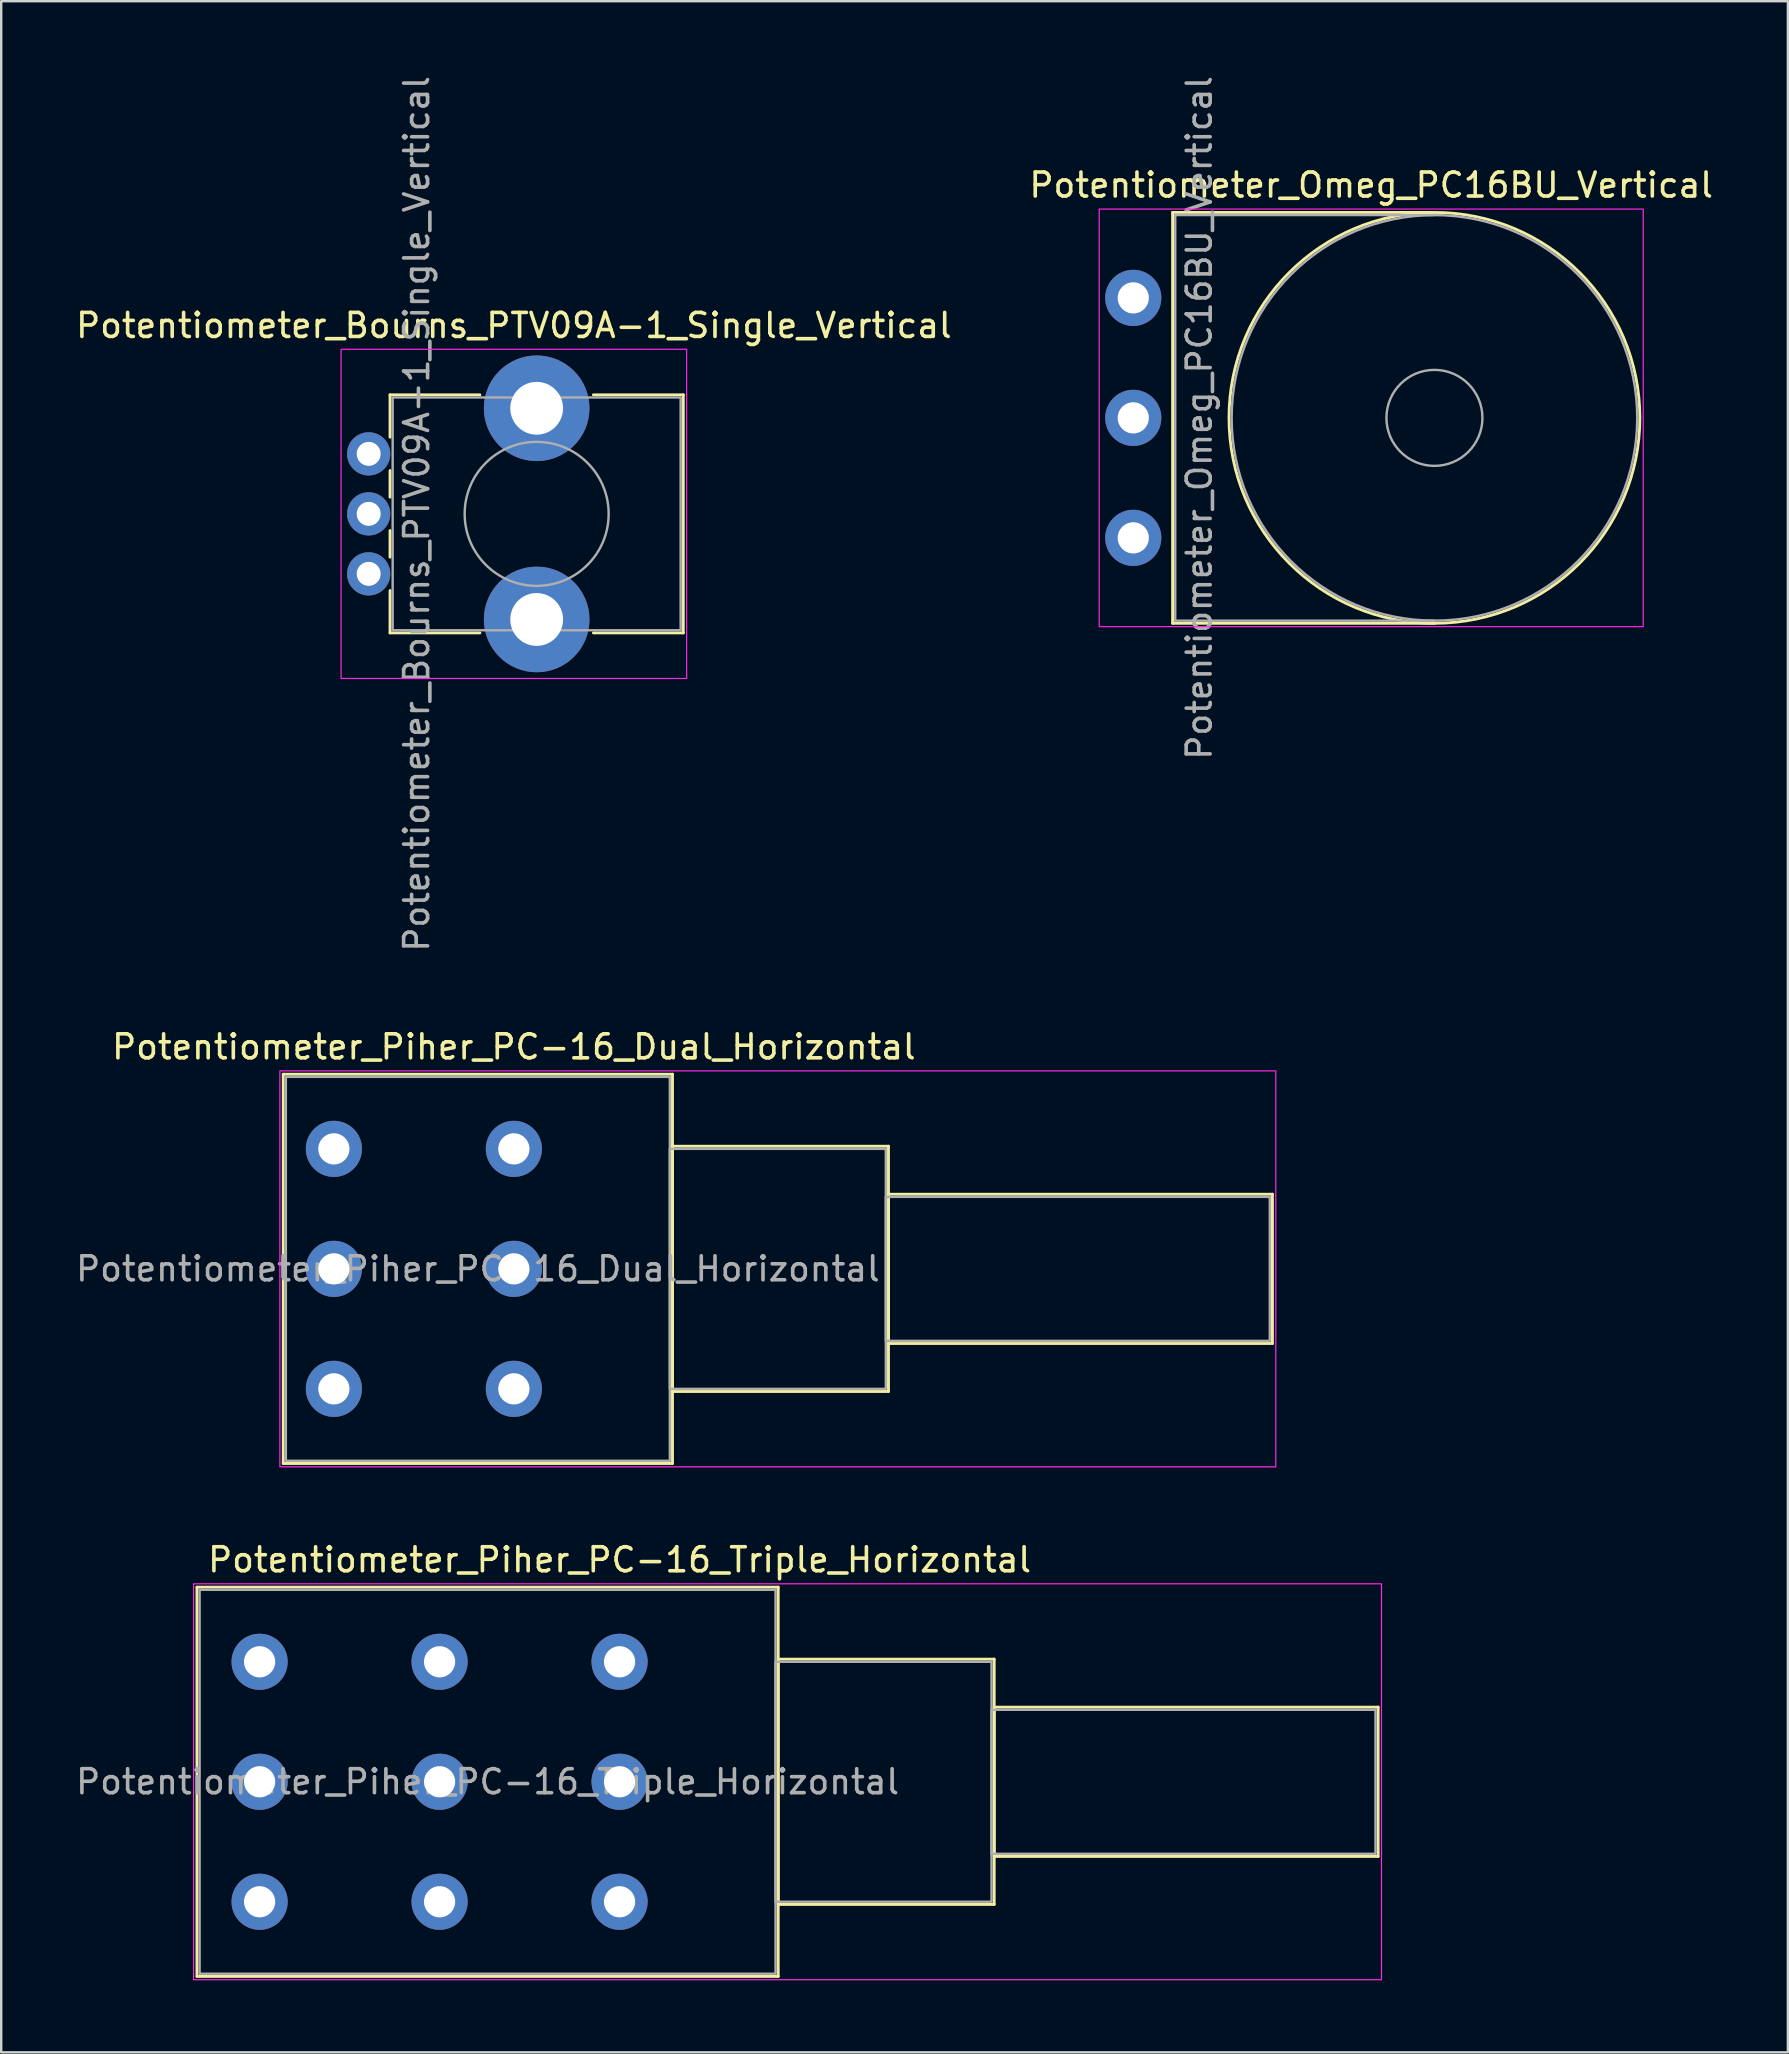
<source format=kicad_pcb>
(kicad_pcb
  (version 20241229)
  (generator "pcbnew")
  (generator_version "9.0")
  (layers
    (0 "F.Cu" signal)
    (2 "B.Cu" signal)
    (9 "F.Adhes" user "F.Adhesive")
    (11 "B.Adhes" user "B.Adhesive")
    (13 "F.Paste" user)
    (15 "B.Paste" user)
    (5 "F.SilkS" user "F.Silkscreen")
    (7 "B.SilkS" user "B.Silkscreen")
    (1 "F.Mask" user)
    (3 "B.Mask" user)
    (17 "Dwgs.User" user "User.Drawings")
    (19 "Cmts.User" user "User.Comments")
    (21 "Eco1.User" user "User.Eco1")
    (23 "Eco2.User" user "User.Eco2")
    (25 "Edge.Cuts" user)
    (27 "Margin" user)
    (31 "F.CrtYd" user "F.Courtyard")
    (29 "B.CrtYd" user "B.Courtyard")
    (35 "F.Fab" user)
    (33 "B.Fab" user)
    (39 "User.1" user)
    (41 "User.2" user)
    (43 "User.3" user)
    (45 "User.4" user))
  (footprint "Potentiometer_Piher_PC-16_Triple_Horizontal"
    (layer "F.Cu")
    (at 22.768 76.198)
    (property "Reference" "Potentiometer_Piher_PC-16_Triple_Horizontal" (at 0 -14.25 0) (layer "F.SilkS") (effects (font (size 1 1) (thickness 0.15))))
    (attr through_hole)
    (fp_line (start -17.61 -13.11) (end 6.61 -13.11) (stroke (width 0.12) (type solid)) (layer "F.SilkS"))
    (fp_line (start -17.61 3.11) (end -17.61 -13.11) (stroke (width 0.12) (type solid)) (layer "F.SilkS"))
    (fp_line (start 6.61 -13.11) (end 6.61 3.11) (stroke (width 0.12) (type solid)) (layer "F.SilkS"))
    (fp_line (start 6.61 -10.11) (end 15.61 -10.11) (stroke (width 0.12) (type solid)) (layer "F.SilkS"))
    (fp_line (start 6.61 0.11) (end 6.61 -10.11) (stroke (width 0.12) (type solid)) (layer "F.SilkS"))
    (fp_line (start 6.61 3.11) (end -17.61 3.11) (stroke (width 0.12) (type solid)) (layer "F.SilkS"))
    (fp_line (start 15.61 -10.11) (end 15.61 0.11) (stroke (width 0.12) (type solid)) (layer "F.SilkS"))
    (fp_line (start 15.61 -8.11) (end 31.61 -8.11) (stroke (width 0.12) (type solid)) (layer "F.SilkS"))
    (fp_line (start 15.61 -1.89) (end 15.61 -8.11) (stroke (width 0.12) (type solid)) (layer "F.SilkS"))
    (fp_line (start 15.61 0.11) (end 6.61 0.11) (stroke (width 0.12) (type solid)) (layer "F.SilkS"))
    (fp_line (start 31.61 -8.11) (end 31.61 -1.89) (stroke (width 0.12) (type solid)) (layer "F.SilkS"))
    (fp_line (start 31.61 -1.89) (end 15.61 -1.89) (stroke (width 0.12) (type solid)) (layer "F.SilkS"))
    (fp_rect (start -17.75 -13.25) (end 31.75 3.25) (stroke (width 0.05) (type solid)) (fill no) (layer "F.CrtYd"))
    (fp_rect (start -17.5 -13) (end 6.5 3) (stroke (width 0.1) (type solid)) (fill no) (layer "F.Fab"))
    (fp_rect (start 6.5 -10) (end 15.5 0) (stroke (width 0.1) (type solid)) (fill no) (layer "F.Fab"))
    (fp_rect (start 15.5 -8) (end 31.5 -2) (stroke (width 0.1) (type solid)) (fill no) (layer "F.Fab"))
    (fp_text user "${REFERENCE}" (at -5.5 -5 0) (layer "F.Fab") (effects (font (size 1 1) (thickness 0.15))))
    (pad "1" thru_hole circle (at 0 0) (size 2.34 2.34) (drill 1.3) (layers "*.Cu" "*.Mask"))
    (pad "2" thru_hole circle (at 0 -5) (size 2.34 2.34) (drill 1.3) (layers "*.Cu" "*.Mask"))
    (pad "3" thru_hole circle (at 0 -10) (size 2.34 2.34) (drill 1.3) (layers "*.Cu" "*.Mask"))
    (pad "4" thru_hole circle (at -7.5 0) (size 2.34 2.34) (drill 1.3) (layers "*.Cu" "*.Mask"))
    (pad "5" thru_hole circle (at -7.5 -5) (size 2.34 2.34) (drill 1.3) (layers "*.Cu" "*.Mask"))
    (pad "6" thru_hole circle (at -7.5 -10) (size 2.34 2.34) (drill 1.3) (layers "*.Cu" "*.Mask"))
    (pad "7" thru_hole circle (at -15 0) (size 2.34 2.34) (drill 1.3) (layers "*.Cu" "*.Mask"))
    (pad "8" thru_hole circle (at -15 -5) (size 2.34 2.34) (drill 1.3) (layers "*.Cu" "*.Mask"))
    (pad "9" thru_hole circle (at -15 -10) (size 2.34 2.34) (drill 1.3) (layers "*.Cu" "*.Mask")))
  (footprint "Potentiometer_Piher_PC-16_Dual_Horizontal"
    (layer "F.Cu")
    (at 18.363 54.824)
    (property "Reference" "Potentiometer_Piher_PC-16_Dual_Horizontal" (at 0 -14.25 0) (layer "F.SilkS") (effects (font (size 1 1) (thickness 0.15))))
    (attr through_hole)
    (fp_line (start -9.61 -13.11) (end 6.61 -13.11) (stroke (width 0.12) (type solid)) (layer "F.SilkS"))
    (fp_line (start -9.61 3.11) (end -9.61 -13.11) (stroke (width 0.12) (type solid)) (layer "F.SilkS"))
    (fp_line (start 6.61 -13.11) (end 6.61 3.11) (stroke (width 0.12) (type solid)) (layer "F.SilkS"))
    (fp_line (start 6.61 -10.11) (end 15.61 -10.11) (stroke (width 0.12) (type solid)) (layer "F.SilkS"))
    (fp_line (start 6.61 0.11) (end 6.61 -10.11) (stroke (width 0.12) (type solid)) (layer "F.SilkS"))
    (fp_line (start 6.61 3.11) (end -9.61 3.11) (stroke (width 0.12) (type solid)) (layer "F.SilkS"))
    (fp_line (start 15.61 -10.11) (end 15.61 0.11) (stroke (width 0.12) (type solid)) (layer "F.SilkS"))
    (fp_line (start 15.61 -8.11) (end 31.61 -8.11) (stroke (width 0.12) (type solid)) (layer "F.SilkS"))
    (fp_line (start 15.61 -1.89) (end 15.61 -8.11) (stroke (width 0.12) (type solid)) (layer "F.SilkS"))
    (fp_line (start 15.61 0.11) (end 6.61 0.11) (stroke (width 0.12) (type solid)) (layer "F.SilkS"))
    (fp_line (start 31.61 -8.11) (end 31.61 -1.89) (stroke (width 0.12) (type solid)) (layer "F.SilkS"))
    (fp_line (start 31.61 -1.89) (end 15.61 -1.89) (stroke (width 0.12) (type solid)) (layer "F.SilkS"))
    (fp_rect (start -9.75 -13.25) (end 31.75 3.25) (stroke (width 0.05) (type solid)) (fill no) (layer "F.CrtYd"))
    (fp_rect (start -9.5 -13) (end 6.5 3) (stroke (width 0.1) (type solid)) (fill no) (layer "F.Fab"))
    (fp_rect (start 6.5 -10) (end 15.5 0) (stroke (width 0.1) (type solid)) (fill no) (layer "F.Fab"))
    (fp_rect (start 15.5 -8) (end 31.5 -2) (stroke (width 0.1) (type solid)) (fill no) (layer "F.Fab"))
    (fp_text user "${REFERENCE}" (at -1.5 -5 0) (layer "F.Fab") (effects (font (size 1 1) (thickness 0.15))))
    (pad "1" thru_hole circle (at 0 0) (size 2.34 2.34) (drill 1.3) (layers "*.Cu" "*.Mask"))
    (pad "2" thru_hole circle (at 0 -5) (size 2.34 2.34) (drill 1.3) (layers "*.Cu" "*.Mask"))
    (pad "3" thru_hole circle (at 0 -10) (size 2.34 2.34) (drill 1.3) (layers "*.Cu" "*.Mask"))
    (pad "4" thru_hole circle (at -7.5 0) (size 2.34 2.34) (drill 1.3) (layers "*.Cu" "*.Mask"))
    (pad "5" thru_hole circle (at -7.5 -5) (size 2.34 2.34) (drill 1.3) (layers "*.Cu" "*.Mask"))
    (pad "6" thru_hole circle (at -7.5 -10) (size 2.34 2.34) (drill 1.3) (layers "*.Cu" "*.Mask")))
  (footprint "Potentiometer_Omeg_PC16BU_Vertical"
    (layer "F.Cu")
    (at 44.174 19.363)
    (property "Reference" "Potentiometer_Omeg_PC16BU_Vertical" (at 9.915 -14.7 0) (layer "F.SilkS") (effects (font (size 1 1) (thickness 0.15))))
    (attr through_hole)
    (fp_line (start 1.64 -13.56) (end 1.64 3.56) (stroke (width 0.12) (type solid)) (layer "F.SilkS"))
    (fp_line (start 12.55 -13.56) (end 1.64 -13.56) (stroke (width 0.12) (type solid)) (layer "F.SilkS"))
    (fp_line (start 12.55 3.56) (end 1.64 3.56) (stroke (width 0.12) (type solid)) (layer "F.SilkS"))
    (fp_circle (center 12.55 -5) (end 21.11 -5) (stroke (width 0.12) (type solid)) (fill no) (layer "F.SilkS"))
    (fp_rect (start -1.42 -13.7) (end 21.25 3.7) (stroke (width 0.05) (type solid)) (fill no) (layer "F.CrtYd"))
    (fp_line (start 1.75 -13.45) (end 1.75 3.45) (stroke (width 0.1) (type solid)) (layer "F.Fab"))
    (fp_line (start 1.75 3.45) (end 12.55 3.45) (stroke (width 0.1) (type solid)) (layer "F.Fab"))
    (fp_line (start 12.55 -13.45) (end 1.75 -13.45) (stroke (width 0.1) (type solid)) (layer "F.Fab"))
    (fp_circle (center 12.55 -5) (end 14.55 -5) (stroke (width 0.1) (type solid)) (fill no) (layer "F.Fab"))
    (fp_circle (center 12.55 -5) (end 21 -5) (stroke (width 0.1) (type solid)) (fill no) (layer "F.Fab"))
    (fp_text user "${REFERENCE}" (at 2.75 -5 90) (layer "F.Fab") (effects (font (size 1 1) (thickness 0.15))))
    (pad "1" thru_hole circle (at 0 0) (size 2.34 2.34) (drill 1.3) (layers "*.Cu" "*.Mask"))
    (pad "2" thru_hole circle (at 0 -5) (size 2.34 2.34) (drill 1.3) (layers "*.Cu" "*.Mask"))
    (pad "3" thru_hole circle (at 0 -10) (size 2.34 2.34) (drill 1.3) (layers "*.Cu" "*.Mask")))
  (footprint "Potentiometer_Bourns_PTV09A-1_Single_Vertical"
    (layer "F.Cu")
    (at 12.313 20.863)
    (property "Reference" "Potentiometer_Bourns_PTV09A-1_Single_Vertical" (at 6.05 -10.35 0) (layer "F.SilkS") (effects (font (size 1 1) (thickness 0.15))))
    (attr through_hole)
    (fp_line (start 0.89 -7.46) (end 4.635 -7.46) (stroke (width 0.12) (type solid)) (layer "F.SilkS"))
    (fp_line (start 0.89 -5.696) (end 0.89 -7.46) (stroke (width 0.12) (type solid)) (layer "F.SilkS"))
    (fp_line (start 0.89 -3.196) (end 0.89 -4.304) (stroke (width 0.12) (type solid)) (layer "F.SilkS"))
    (fp_line (start 0.89 -0.696) (end 0.89 -1.804) (stroke (width 0.12) (type solid)) (layer "F.SilkS"))
    (fp_line (start 0.89 2.46) (end 0.89 0.696) (stroke (width 0.12) (type solid)) (layer "F.SilkS"))
    (fp_line (start 4.635 2.46) (end 0.89 2.46) (stroke (width 0.12) (type solid)) (layer "F.SilkS"))
    (fp_line (start 9.365 -7.46) (end 13.11 -7.46) (stroke (width 0.12) (type solid)) (layer "F.SilkS"))
    (fp_line (start 13.11 -7.46) (end 13.11 2.46) (stroke (width 0.12) (type solid)) (layer "F.SilkS"))
    (fp_line (start 13.11 2.46) (end 9.365 2.46) (stroke (width 0.12) (type solid)) (layer "F.SilkS"))
    (fp_rect (start -1.15 -9.36) (end 13.25 4.36) (stroke (width 0.05) (type solid)) (fill no) (layer "F.CrtYd"))
    (fp_rect (start 1 -7.35) (end 13 2.35) (stroke (width 0.1) (type solid)) (fill no) (layer "F.Fab"))
    (fp_circle (center 7 -2.5) (end 10 -2.5) (stroke (width 0.1) (type solid)) (fill no) (layer "F.Fab"))
    (fp_text user "${REFERENCE}" (at 2 -2.5 90) (layer "F.Fab") (effects (font (size 1 1) (thickness 0.15))))
    (pad "1" thru_hole circle (at 0 0) (size 1.8 1.8) (drill 1) (layers "*.Cu" "*.Mask"))
    (pad "2" thru_hole circle (at 0 -2.5) (size 1.8 1.8) (drill 1) (layers "*.Cu" "*.Mask"))
    (pad "3" thru_hole circle (at 0 -5) (size 1.8 1.8) (drill 1) (layers "*.Cu" "*.Mask"))
    (pad "MP" thru_hole circle (at 7 -6.9) (size 4.4 4.4) (drill 2.2) (layers "*.Cu" "*.Mask"))
    (pad "MP" thru_hole circle (at 7 1.9) (size 4.4 4.4) (drill 2.2) (layers "*.Cu" "*.Mask")))
  (gr_rect
    (start -3 -3)
    (end 71.452 82.473)
    (stroke (width 0.1) (type default))
    (fill no)
    (layer "Edge.Cuts")))
</source>
